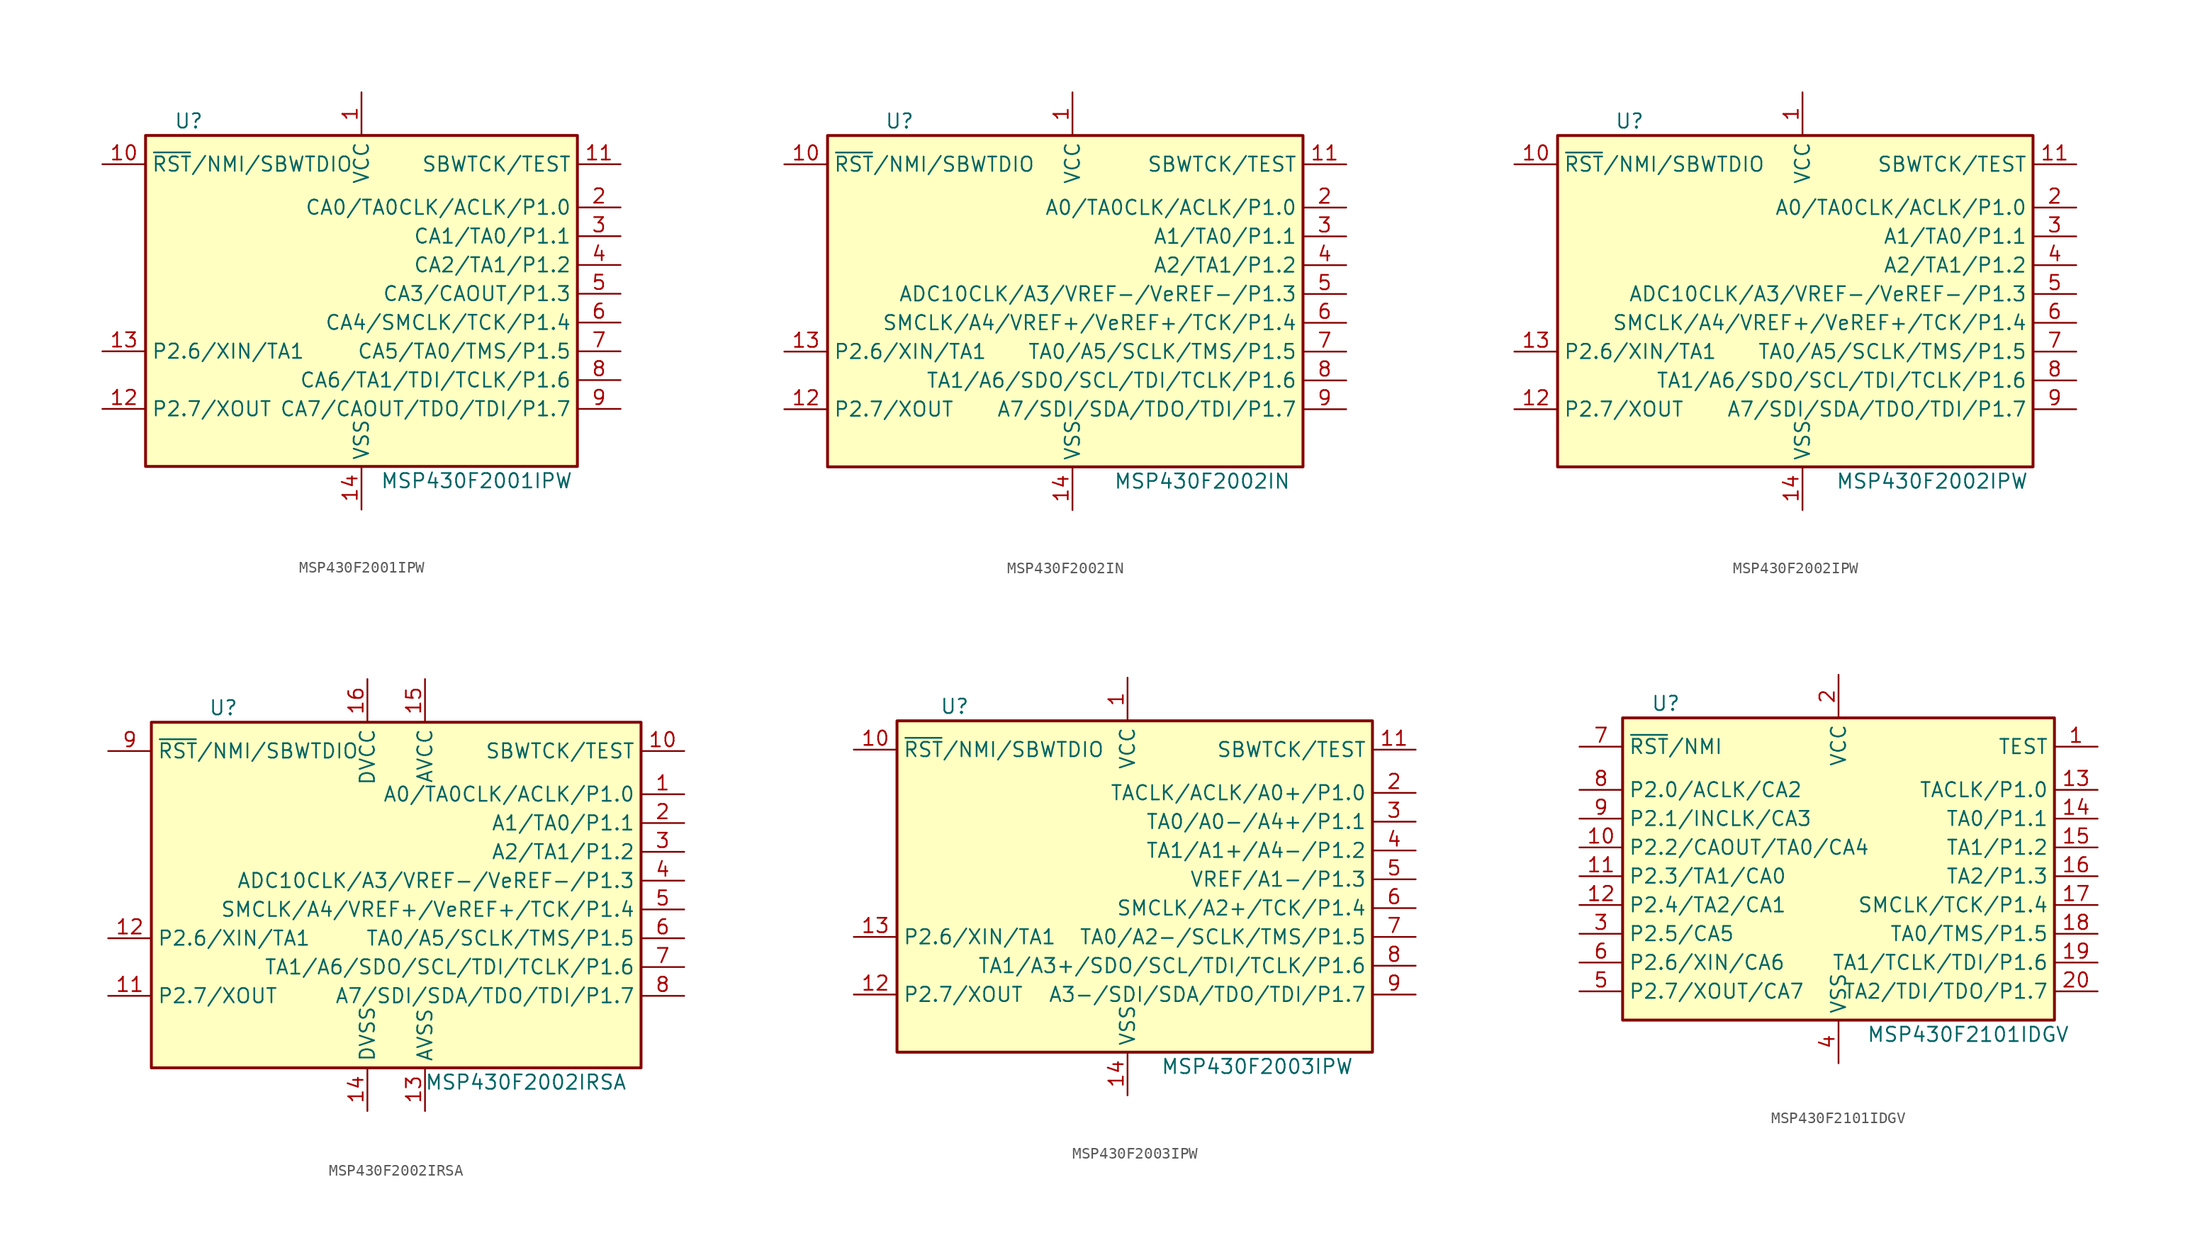
<source format=kicad_sym>
(kicad_symbol_lib
  (version 20211014)
  (generator kicad_symbol_editor)
  (symbol "MSP430F2001IPW"
    (property "Reference" "U"
      (at -15.24 15.24 0)
      (effects (font (size 1.27 1.27))))
    (property "Value" "MSP430F2001IPW"
      (at 10.16 -16.51 0)
      (effects (font (size 1.27 1.27))))
    (symbol "MSP430F2001IPW_0_1"
      (rectangle (start -19.05 13.97) (end 19.05 -15.24) (stroke (width 0.254) (type default) (color 0 0 0 0)) (fill (type background))))
    (symbol "MSP430F2001IPW_1_1"
      (pin power_in line (at 0 17.78 270) (length 3.81) (name "VCC" (effects (font (size 1.27 1.27)))) (number "1" (effects (font (size 1.27 1.27)))))
      (pin input line (at -22.86 11.43 0) (length 3.81) (name "~{RST}/NMI/SBWTDIO" (effects (font (size 1.27 1.27)))) (number "10" (effects (font (size 1.27 1.27)))))
      (pin input line (at 22.86 11.43 180) (length 3.81) (name "SBWTCK/TEST" (effects (font (size 1.27 1.27)))) (number "11" (effects (font (size 1.27 1.27)))))
      (pin bidirectional line (at -22.86 -10.16 0) (length 3.81) (name "P2.7/XOUT" (effects (font (size 1.27 1.27)))) (number "12" (effects (font (size 1.27 1.27)))))
      (pin bidirectional line (at -22.86 -5.08 0) (length 3.81) (name "P2.6/XIN/TA1" (effects (font (size 1.27 1.27)))) (number "13" (effects (font (size 1.27 1.27)))))
      (pin power_in line (at 0 -19.05 90) (length 3.81) (name "VSS" (effects (font (size 1.27 1.27)))) (number "14" (effects (font (size 1.27 1.27)))))
      (pin bidirectional line (at 22.86 7.62 180) (length 3.81) (name "CA0/TA0CLK/ACLK/P1.0" (effects (font (size 1.27 1.27)))) (number "2" (effects (font (size 1.27 1.27)))))
      (pin bidirectional line (at 22.86 5.08 180) (length 3.81) (name "CA1/TA0/P1.1" (effects (font (size 1.27 1.27)))) (number "3" (effects (font (size 1.27 1.27)))))
      (pin bidirectional line (at 22.86 2.54 180) (length 3.81) (name "CA2/TA1/P1.2" (effects (font (size 1.27 1.27)))) (number "4" (effects (font (size 1.27 1.27)))))
      (pin bidirectional line (at 22.86 0 180) (length 3.81) (name "CA3/CAOUT/P1.3" (effects (font (size 1.27 1.27)))) (number "5" (effects (font (size 1.27 1.27)))))
      (pin bidirectional line (at 22.86 -2.54 180) (length 3.81) (name "CA4/SMCLK/TCK/P1.4" (effects (font (size 1.27 1.27)))) (number "6" (effects (font (size 1.27 1.27)))))
      (pin bidirectional line (at 22.86 -5.08 180) (length 3.81) (name "CA5/TA0/TMS/P1.5" (effects (font (size 1.27 1.27)))) (number "7" (effects (font (size 1.27 1.27)))))
      (pin bidirectional line (at 22.86 -7.62 180) (length 3.81) (name "CA6/TA1/TDI/TCLK/P1.6" (effects (font (size 1.27 1.27)))) (number "8" (effects (font (size 1.27 1.27)))))
      (pin bidirectional line (at 22.86 -10.16 180) (length 3.81) (name "CA7/CAOUT/TDO/TDI/P1.7" (effects (font (size 1.27 1.27)))) (number "9" (effects (font (size 1.27 1.27)))))))
  (symbol "MSP430F2002IN"
    (property "Reference" "U"
      (at -15.24 15.24 0)
      (effects (font (size 1.27 1.27))))
    (property "Value" "MSP430F2002IN"
      (at 11.43 -16.51 0)
      (effects (font (size 1.27 1.27))))
    (symbol "MSP430F2002IN_0_1"
      (rectangle (start -21.59 13.97) (end 20.32 -15.24) (stroke (width 0.254) (type default) (color 0 0 0 0)) (fill (type background))))
    (symbol "MSP430F2002IN_1_1"
      (pin power_in line (at 0 17.78 270) (length 3.81) (name "VCC" (effects (font (size 1.27 1.27)))) (number "1" (effects (font (size 1.27 1.27)))))
      (pin input line (at -25.4 11.43 0) (length 3.81) (name "~{RST}/NMI/SBWTDIO" (effects (font (size 1.27 1.27)))) (number "10" (effects (font (size 1.27 1.27)))))
      (pin input line (at 24.13 11.43 180) (length 3.81) (name "SBWTCK/TEST" (effects (font (size 1.27 1.27)))) (number "11" (effects (font (size 1.27 1.27)))))
      (pin bidirectional line (at -25.4 -10.16 0) (length 3.81) (name "P2.7/XOUT" (effects (font (size 1.27 1.27)))) (number "12" (effects (font (size 1.27 1.27)))))
      (pin bidirectional line (at -25.4 -5.08 0) (length 3.81) (name "P2.6/XIN/TA1" (effects (font (size 1.27 1.27)))) (number "13" (effects (font (size 1.27 1.27)))))
      (pin power_in line (at 0 -19.05 90) (length 3.81) (name "VSS" (effects (font (size 1.27 1.27)))) (number "14" (effects (font (size 1.27 1.27)))))
      (pin bidirectional line (at 24.13 7.62 180) (length 3.81) (name "A0/TA0CLK/ACLK/P1.0" (effects (font (size 1.27 1.27)))) (number "2" (effects (font (size 1.27 1.27)))))
      (pin bidirectional line (at 24.13 5.08 180) (length 3.81) (name "A1/TA0/P1.1" (effects (font (size 1.27 1.27)))) (number "3" (effects (font (size 1.27 1.27)))))
      (pin bidirectional line (at 24.13 2.54 180) (length 3.81) (name "A2/TA1/P1.2" (effects (font (size 1.27 1.27)))) (number "4" (effects (font (size 1.27 1.27)))))
      (pin bidirectional line (at 24.13 0 180) (length 3.81) (name "ADC10CLK/A3/VREF-/VeREF-/P1.3" (effects (font (size 1.27 1.27)))) (number "5" (effects (font (size 1.27 1.27)))))
      (pin bidirectional line (at 24.13 -2.54 180) (length 3.81) (name "SMCLK/A4/VREF+/VeREF+/TCK/P1.4" (effects (font (size 1.27 1.27)))) (number "6" (effects (font (size 1.27 1.27)))))
      (pin bidirectional line (at 24.13 -5.08 180) (length 3.81) (name "TA0/A5/SCLK/TMS/P1.5" (effects (font (size 1.27 1.27)))) (number "7" (effects (font (size 1.27 1.27)))))
      (pin bidirectional line (at 24.13 -7.62 180) (length 3.81) (name "TA1/A6/SDO/SCL/TDI/TCLK/P1.6" (effects (font (size 1.27 1.27)))) (number "8" (effects (font (size 1.27 1.27)))))
      (pin bidirectional line (at 24.13 -10.16 180) (length 3.81) (name "A7/SDI/SDA/TDO/TDI/P1.7" (effects (font (size 1.27 1.27)))) (number "9" (effects (font (size 1.27 1.27)))))))
  (symbol "MSP430F2002IPW"
    (property "Reference" "U"
      (at -15.24 15.24 0)
      (effects (font (size 1.27 1.27))))
    (property "Value" "MSP430F2002IPW"
      (at 11.43 -16.51 0)
      (effects (font (size 1.27 1.27))))
    (symbol "MSP430F2002IPW_0_1"
      (rectangle (start -21.59 13.97) (end 20.32 -15.24) (stroke (width 0.254) (type default) (color 0 0 0 0)) (fill (type background))))
    (symbol "MSP430F2002IPW_1_1"
      (pin power_in line (at 0 17.78 270) (length 3.81) (name "VCC" (effects (font (size 1.27 1.27)))) (number "1" (effects (font (size 1.27 1.27)))))
      (pin input line (at -25.4 11.43 0) (length 3.81) (name "~{RST}/NMI/SBWTDIO" (effects (font (size 1.27 1.27)))) (number "10" (effects (font (size 1.27 1.27)))))
      (pin input line (at 24.13 11.43 180) (length 3.81) (name "SBWTCK/TEST" (effects (font (size 1.27 1.27)))) (number "11" (effects (font (size 1.27 1.27)))))
      (pin bidirectional line (at -25.4 -10.16 0) (length 3.81) (name "P2.7/XOUT" (effects (font (size 1.27 1.27)))) (number "12" (effects (font (size 1.27 1.27)))))
      (pin bidirectional line (at -25.4 -5.08 0) (length 3.81) (name "P2.6/XIN/TA1" (effects (font (size 1.27 1.27)))) (number "13" (effects (font (size 1.27 1.27)))))
      (pin power_in line (at 0 -19.05 90) (length 3.81) (name "VSS" (effects (font (size 1.27 1.27)))) (number "14" (effects (font (size 1.27 1.27)))))
      (pin bidirectional line (at 24.13 7.62 180) (length 3.81) (name "A0/TA0CLK/ACLK/P1.0" (effects (font (size 1.27 1.27)))) (number "2" (effects (font (size 1.27 1.27)))))
      (pin bidirectional line (at 24.13 5.08 180) (length 3.81) (name "A1/TA0/P1.1" (effects (font (size 1.27 1.27)))) (number "3" (effects (font (size 1.27 1.27)))))
      (pin bidirectional line (at 24.13 2.54 180) (length 3.81) (name "A2/TA1/P1.2" (effects (font (size 1.27 1.27)))) (number "4" (effects (font (size 1.27 1.27)))))
      (pin bidirectional line (at 24.13 0 180) (length 3.81) (name "ADC10CLK/A3/VREF-/VeREF-/P1.3" (effects (font (size 1.27 1.27)))) (number "5" (effects (font (size 1.27 1.27)))))
      (pin bidirectional line (at 24.13 -2.54 180) (length 3.81) (name "SMCLK/A4/VREF+/VeREF+/TCK/P1.4" (effects (font (size 1.27 1.27)))) (number "6" (effects (font (size 1.27 1.27)))))
      (pin bidirectional line (at 24.13 -5.08 180) (length 3.81) (name "TA0/A5/SCLK/TMS/P1.5" (effects (font (size 1.27 1.27)))) (number "7" (effects (font (size 1.27 1.27)))))
      (pin bidirectional line (at 24.13 -7.62 180) (length 3.81) (name "TA1/A6/SDO/SCL/TDI/TCLK/P1.6" (effects (font (size 1.27 1.27)))) (number "8" (effects (font (size 1.27 1.27)))))
      (pin bidirectional line (at 24.13 -10.16 180) (length 3.81) (name "A7/SDI/SDA/TDO/TDI/P1.7" (effects (font (size 1.27 1.27)))) (number "9" (effects (font (size 1.27 1.27)))))))
  (symbol "MSP430F2002IRSA"
    (property "Reference" "U"
      (at -15.24 15.24 0)
      (effects (font (size 1.27 1.27))))
    (property "Value" "MSP430F2002IRSA"
      (at 11.43 -17.78 0)
      (effects (font (size 1.27 1.27))))
    (symbol "MSP430F2002IRSA_0_1"
      (rectangle (start -21.59 13.97) (end 21.59 -16.51) (stroke (width 0.254) (type default) (color 0 0 0 0)) (fill (type background))))
    (symbol "MSP430F2002IRSA_1_1"
      (pin bidirectional line (at 25.4 7.62 180) (length 3.81) (name "A0/TA0CLK/ACLK/P1.0" (effects (font (size 1.27 1.27)))) (number "1" (effects (font (size 1.27 1.27)))))
      (pin input line (at 25.4 11.43 180) (length 3.81) (name "SBWTCK/TEST" (effects (font (size 1.27 1.27)))) (number "10" (effects (font (size 1.27 1.27)))))
      (pin bidirectional line (at -25.4 -10.16 0) (length 3.81) (name "P2.7/XOUT" (effects (font (size 1.27 1.27)))) (number "11" (effects (font (size 1.27 1.27)))))
      (pin bidirectional line (at -25.4 -5.08 0) (length 3.81) (name "P2.6/XIN/TA1" (effects (font (size 1.27 1.27)))) (number "12" (effects (font (size 1.27 1.27)))))
      (pin power_in line (at 2.54 -20.32 90) (length 3.81) (name "AVSS" (effects (font (size 1.27 1.27)))) (number "13" (effects (font (size 1.27 1.27)))))
      (pin power_in line (at -2.54 -20.32 90) (length 3.81) (name "DVSS" (effects (font (size 1.27 1.27)))) (number "14" (effects (font (size 1.27 1.27)))))
      (pin power_in line (at 2.54 17.78 270) (length 3.81) (name "AVCC" (effects (font (size 1.27 1.27)))) (number "15" (effects (font (size 1.27 1.27)))))
      (pin power_in line (at -2.54 17.78 270) (length 3.81) (name "DVCC" (effects (font (size 1.27 1.27)))) (number "16" (effects (font (size 1.27 1.27)))))
      (pin bidirectional line (at 25.4 5.08 180) (length 3.81) (name "A1/TA0/P1.1" (effects (font (size 1.27 1.27)))) (number "2" (effects (font (size 1.27 1.27)))))
      (pin bidirectional line (at 25.4 2.54 180) (length 3.81) (name "A2/TA1/P1.2" (effects (font (size 1.27 1.27)))) (number "3" (effects (font (size 1.27 1.27)))))
      (pin bidirectional line (at 25.4 0 180) (length 3.81) (name "ADC10CLK/A3/VREF-/VeREF-/P1.3" (effects (font (size 1.27 1.27)))) (number "4" (effects (font (size 1.27 1.27)))))
      (pin bidirectional line (at 25.4 -2.54 180) (length 3.81) (name "SMCLK/A4/VREF+/VeREF+/TCK/P1.4" (effects (font (size 1.27 1.27)))) (number "5" (effects (font (size 1.27 1.27)))))
      (pin bidirectional line (at 25.4 -5.08 180) (length 3.81) (name "TA0/A5/SCLK/TMS/P1.5" (effects (font (size 1.27 1.27)))) (number "6" (effects (font (size 1.27 1.27)))))
      (pin bidirectional line (at 25.4 -7.62 180) (length 3.81) (name "TA1/A6/SDO/SCL/TDI/TCLK/P1.6" (effects (font (size 1.27 1.27)))) (number "7" (effects (font (size 1.27 1.27)))))
      (pin bidirectional line (at 25.4 -10.16 180) (length 3.81) (name "A7/SDI/SDA/TDO/TDI/P1.7" (effects (font (size 1.27 1.27)))) (number "8" (effects (font (size 1.27 1.27)))))
      (pin input line (at -25.4 11.43 0) (length 3.81) (name "~{RST}/NMI/SBWTDIO" (effects (font (size 1.27 1.27)))) (number "9" (effects (font (size 1.27 1.27)))))))
  (symbol "MSP430F2003IPW"
    (property "Reference" "U"
      (at -15.24 15.24 0)
      (effects (font (size 1.27 1.27))))
    (property "Value" "MSP430F2003IPW"
      (at 11.43 -16.51 0)
      (effects (font (size 1.27 1.27))))
    (symbol "MSP430F2003IPW_0_1"
      (rectangle (start -20.32 13.97) (end 21.59 -15.24) (stroke (width 0.254) (type default) (color 0 0 0 0)) (fill (type background))))
    (symbol "MSP430F2003IPW_1_1"
      (pin power_in line (at 0 17.78 270) (length 3.81) (name "VCC" (effects (font (size 1.27 1.27)))) (number "1" (effects (font (size 1.27 1.27)))))
      (pin input line (at -24.13 11.43 0) (length 3.81) (name "~{RST}/NMI/SBWTDIO" (effects (font (size 1.27 1.27)))) (number "10" (effects (font (size 1.27 1.27)))))
      (pin input line (at 25.4 11.43 180) (length 3.81) (name "SBWTCK/TEST" (effects (font (size 1.27 1.27)))) (number "11" (effects (font (size 1.27 1.27)))))
      (pin bidirectional line (at -24.13 -10.16 0) (length 3.81) (name "P2.7/XOUT" (effects (font (size 1.27 1.27)))) (number "12" (effects (font (size 1.27 1.27)))))
      (pin bidirectional line (at -24.13 -5.08 0) (length 3.81) (name "P2.6/XIN/TA1" (effects (font (size 1.27 1.27)))) (number "13" (effects (font (size 1.27 1.27)))))
      (pin power_in line (at 0 -19.05 90) (length 3.81) (name "VSS" (effects (font (size 1.27 1.27)))) (number "14" (effects (font (size 1.27 1.27)))))
      (pin bidirectional line (at 25.4 7.62 180) (length 3.81) (name "TACLK/ACLK/A0+/P1.0" (effects (font (size 1.27 1.27)))) (number "2" (effects (font (size 1.27 1.27)))))
      (pin bidirectional line (at 25.4 5.08 180) (length 3.81) (name "TA0/A0-/A4+/P1.1" (effects (font (size 1.27 1.27)))) (number "3" (effects (font (size 1.27 1.27)))))
      (pin bidirectional line (at 25.4 2.54 180) (length 3.81) (name "TA1/A1+/A4-/P1.2" (effects (font (size 1.27 1.27)))) (number "4" (effects (font (size 1.27 1.27)))))
      (pin bidirectional line (at 25.4 0 180) (length 3.81) (name "VREF/A1-/P1.3" (effects (font (size 1.27 1.27)))) (number "5" (effects (font (size 1.27 1.27)))))
      (pin bidirectional line (at 25.4 -2.54 180) (length 3.81) (name "SMCLK/A2+/TCK/P1.4" (effects (font (size 1.27 1.27)))) (number "6" (effects (font (size 1.27 1.27)))))
      (pin bidirectional line (at 25.4 -5.08 180) (length 3.81) (name "TA0/A2-/SCLK/TMS/P1.5" (effects (font (size 1.27 1.27)))) (number "7" (effects (font (size 1.27 1.27)))))
      (pin bidirectional line (at 25.4 -7.62 180) (length 3.81) (name "TA1/A3+/SDO/SCL/TDI/TCLK/P1.6" (effects (font (size 1.27 1.27)))) (number "8" (effects (font (size 1.27 1.27)))))
      (pin bidirectional line (at 25.4 -10.16 180) (length 3.81) (name "A3-/SDI/SDA/TDO/TDI/P1.7" (effects (font (size 1.27 1.27)))) (number "9" (effects (font (size 1.27 1.27)))))))
  (symbol "MSP430F2101IDGV"
    (property "Reference" "U"
      (at -15.24 15.24 0)
      (effects (font (size 1.27 1.27))))
    (property "Value" "MSP430F2101IDGV"
      (at 11.43 -13.97 0)
      (effects (font (size 1.27 1.27))))
    (symbol "MSP430F2101IDGV_0_1"
      (rectangle (start -19.05 13.97) (end 19.05 -12.7) (stroke (width 0.254) (type default) (color 0 0 0 0)) (fill (type background))))
    (symbol "MSP430F2101IDGV_1_1"
      (pin input line (at 22.86 11.43 180) (length 3.81) (name "TEST" (effects (font (size 1.27 1.27)))) (number "1" (effects (font (size 1.27 1.27)))))
      (pin bidirectional line (at -22.86 2.54 0) (length 3.81) (name "P2.2/CAOUT/TA0/CA4" (effects (font (size 1.27 1.27)))) (number "10" (effects (font (size 1.27 1.27)))))
      (pin bidirectional line (at -22.86 0 0) (length 3.81) (name "P2.3/TA1/CA0" (effects (font (size 1.27 1.27)))) (number "11" (effects (font (size 1.27 1.27)))))
      (pin bidirectional line (at -22.86 -2.54 0) (length 3.81) (name "P2.4/TA2/CA1" (effects (font (size 1.27 1.27)))) (number "12" (effects (font (size 1.27 1.27)))))
      (pin bidirectional line (at 22.86 7.62 180) (length 3.81) (name "TACLK/P1.0" (effects (font (size 1.27 1.27)))) (number "13" (effects (font (size 1.27 1.27)))))
      (pin bidirectional line (at 22.86 5.08 180) (length 3.81) (name "TA0/P1.1" (effects (font (size 1.27 1.27)))) (number "14" (effects (font (size 1.27 1.27)))))
      (pin bidirectional line (at 22.86 2.54 180) (length 3.81) (name "TA1/P1.2" (effects (font (size 1.27 1.27)))) (number "15" (effects (font (size 1.27 1.27)))))
      (pin bidirectional line (at 22.86 0 180) (length 3.81) (name "TA2/P1.3" (effects (font (size 1.27 1.27)))) (number "16" (effects (font (size 1.27 1.27)))))
      (pin bidirectional line (at 22.86 -2.54 180) (length 3.81) (name "SMCLK/TCK/P1.4" (effects (font (size 1.27 1.27)))) (number "17" (effects (font (size 1.27 1.27)))))
      (pin bidirectional line (at 22.86 -5.08 180) (length 3.81) (name "TA0/TMS/P1.5" (effects (font (size 1.27 1.27)))) (number "18" (effects (font (size 1.27 1.27)))))
      (pin bidirectional line (at 22.86 -7.62 180) (length 3.81) (name "TA1/TCLK/TDI/P1.6" (effects (font (size 1.27 1.27)))) (number "19" (effects (font (size 1.27 1.27)))))
      (pin power_in line (at 0 17.78 270) (length 3.81) (name "VCC" (effects (font (size 1.27 1.27)))) (number "2" (effects (font (size 1.27 1.27)))))
      (pin bidirectional line (at 22.86 -10.16 180) (length 3.81) (name "TA2/TDI/TDO/P1.7" (effects (font (size 1.27 1.27)))) (number "20" (effects (font (size 1.27 1.27)))))
      (pin bidirectional line (at -22.86 -5.08 0) (length 3.81) (name "P2.5/CA5" (effects (font (size 1.27 1.27)))) (number "3" (effects (font (size 1.27 1.27)))))
      (pin power_in line (at 0 -16.51 90) (length 3.81) (name "VSS" (effects (font (size 1.27 1.27)))) (number "4" (effects (font (size 1.27 1.27)))))
      (pin bidirectional line (at -22.86 -10.16 0) (length 3.81) (name "P2.7/XOUT/CA7" (effects (font (size 1.27 1.27)))) (number "5" (effects (font (size 1.27 1.27)))))
      (pin bidirectional line (at -22.86 -7.62 0) (length 3.81) (name "P2.6/XIN/CA6" (effects (font (size 1.27 1.27)))) (number "6" (effects (font (size 1.27 1.27)))))
      (pin input line (at -22.86 11.43 0) (length 3.81) (name "~{RST}/NMI" (effects (font (size 1.27 1.27)))) (number "7" (effects (font (size 1.27 1.27)))))
      (pin bidirectional line (at -22.86 7.62 0) (length 3.81) (name "P2.0/ACLK/CA2" (effects (font (size 1.27 1.27)))) (number "8" (effects (font (size 1.27 1.27)))))
      (pin bidirectional line (at -22.86 5.08 0) (length 3.81) (name "P2.1/INCLK/CA3" (effects (font (size 1.27 1.27)))) (number "9" (effects (font (size 1.27 1.27))))))))
</source>
